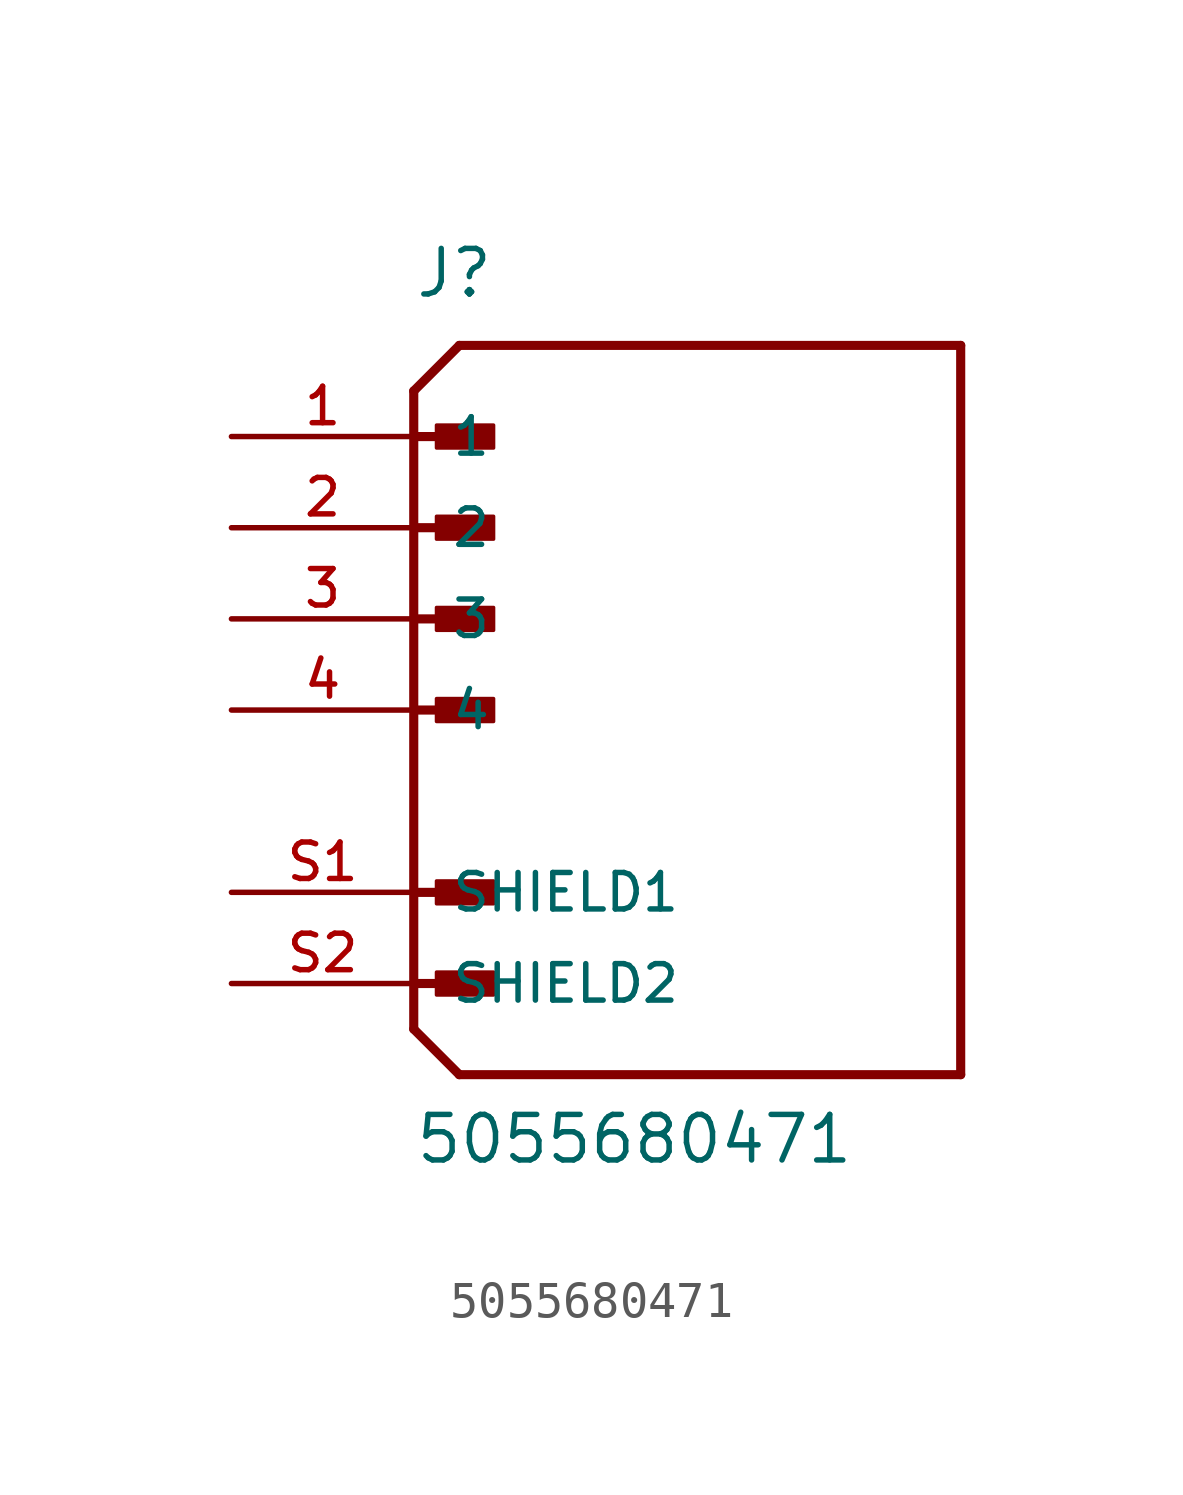
<source format=kicad_sym>
(kicad_symbol_lib
  (version 20211014)
  (generator kicad_symbol_editor)
  (symbol "5055680471"
    (pin_names
      (offset 1.016))
    (property "Reference" "J"
      (at -7.62 11.43 0)
      (effects (font (size 1.27 1.27)) (justify bottom left)))
    (property "Value" "5055680471"
      (at -7.62 -12.7 0)
      (effects (font (size 1.27 1.27)) (justify bottom left)))
    (symbol "5055680471_0_0"
      (polyline (pts (xy -7.62 8.89) (xy -6.35 10.16)) (stroke (width 0.254)))
      (polyline (pts (xy -7.62 8.89) (xy -7.62 7.62)) (stroke (width 0.254)))
      (polyline (pts (xy -7.62 7.62) (xy -7.62 -8.89)) (stroke (width 0.254)))
      (polyline (pts (xy -7.62 -8.89) (xy -6.35 -10.16)) (stroke (width 0.254)))
      (polyline (pts (xy -6.35 -10.16) (xy 7.62 -10.16)) (stroke (width 0.254)))
      (polyline (pts (xy 7.62 -10.16) (xy 7.62 10.16)) (stroke (width 0.254)))
      (polyline (pts (xy 7.62 10.16) (xy -6.35 10.16)) (stroke (width 0.254)))
      (polyline (pts (xy -7.62 7.62) (xy -5.715 7.62)) (stroke (width 0.254)))
      (rectangle (start -6.985 7.303) (end -5.397 7.938) (stroke (width 0.1)) (fill (type outline)))
      (polyline (pts (xy -7.62 5.08) (xy -5.715 5.08)) (stroke (width 0.254)))
      (rectangle (start -6.985 4.763) (end -5.397 5.397) (stroke (width 0.1)) (fill (type outline)))
      (polyline (pts (xy -7.62 2.54) (xy -5.715 2.54)) (stroke (width 0.254)))
      (rectangle (start -6.985 2.223) (end -5.397 2.857) (stroke (width 0.1)) (fill (type outline)))
      (polyline (pts (xy -7.62 0.0) (xy -5.715 0.0)) (stroke (width 0.254)))
      (rectangle (start -6.985 -0.318) (end -5.397 0.318) (stroke (width 0.1)) (fill (type outline)))
      (polyline (pts (xy -7.62 -5.08) (xy -5.715 -5.08)) (stroke (width 0.254)))
      (rectangle (start -6.985 -5.397) (end -5.397 -4.763) (stroke (width 0.1)) (fill (type outline)))
      (polyline (pts (xy -7.62 -7.62) (xy -5.715 -7.62)) (stroke (width 0.254)))
      (rectangle (start -6.985 -7.938) (end -5.397 -7.303) (stroke (width 0.1)) (fill (type outline)))
      (pin passive line (at -12.7 7.62 0) (length 5.08) (name "1" (effects (font (size 1.016 1.016)))) (number "1" (effects (font (size 1.016 1.016)))))
      (pin passive line (at -12.7 5.08 0) (length 5.08) (name "2" (effects (font (size 1.016 1.016)))) (number "2" (effects (font (size 1.016 1.016)))))
      (pin passive line (at -12.7 2.54 0) (length 5.08) (name "3" (effects (font (size 1.016 1.016)))) (number "3" (effects (font (size 1.016 1.016)))))
      (pin passive line (at -12.7 0.0 0) (length 5.08) (name "4" (effects (font (size 1.016 1.016)))) (number "4" (effects (font (size 1.016 1.016)))))
      (pin passive line (at -12.7 -5.08 0) (length 5.08) (name "SHIELD1" (effects (font (size 1.016 1.016)))) (number "S1" (effects (font (size 1.016 1.016)))))
      (pin passive line (at -12.7 -7.62 0) (length 5.08) (name "SHIELD2" (effects (font (size 1.016 1.016)))) (number "S2" (effects (font (size 1.016 1.016))))))))
</source>
